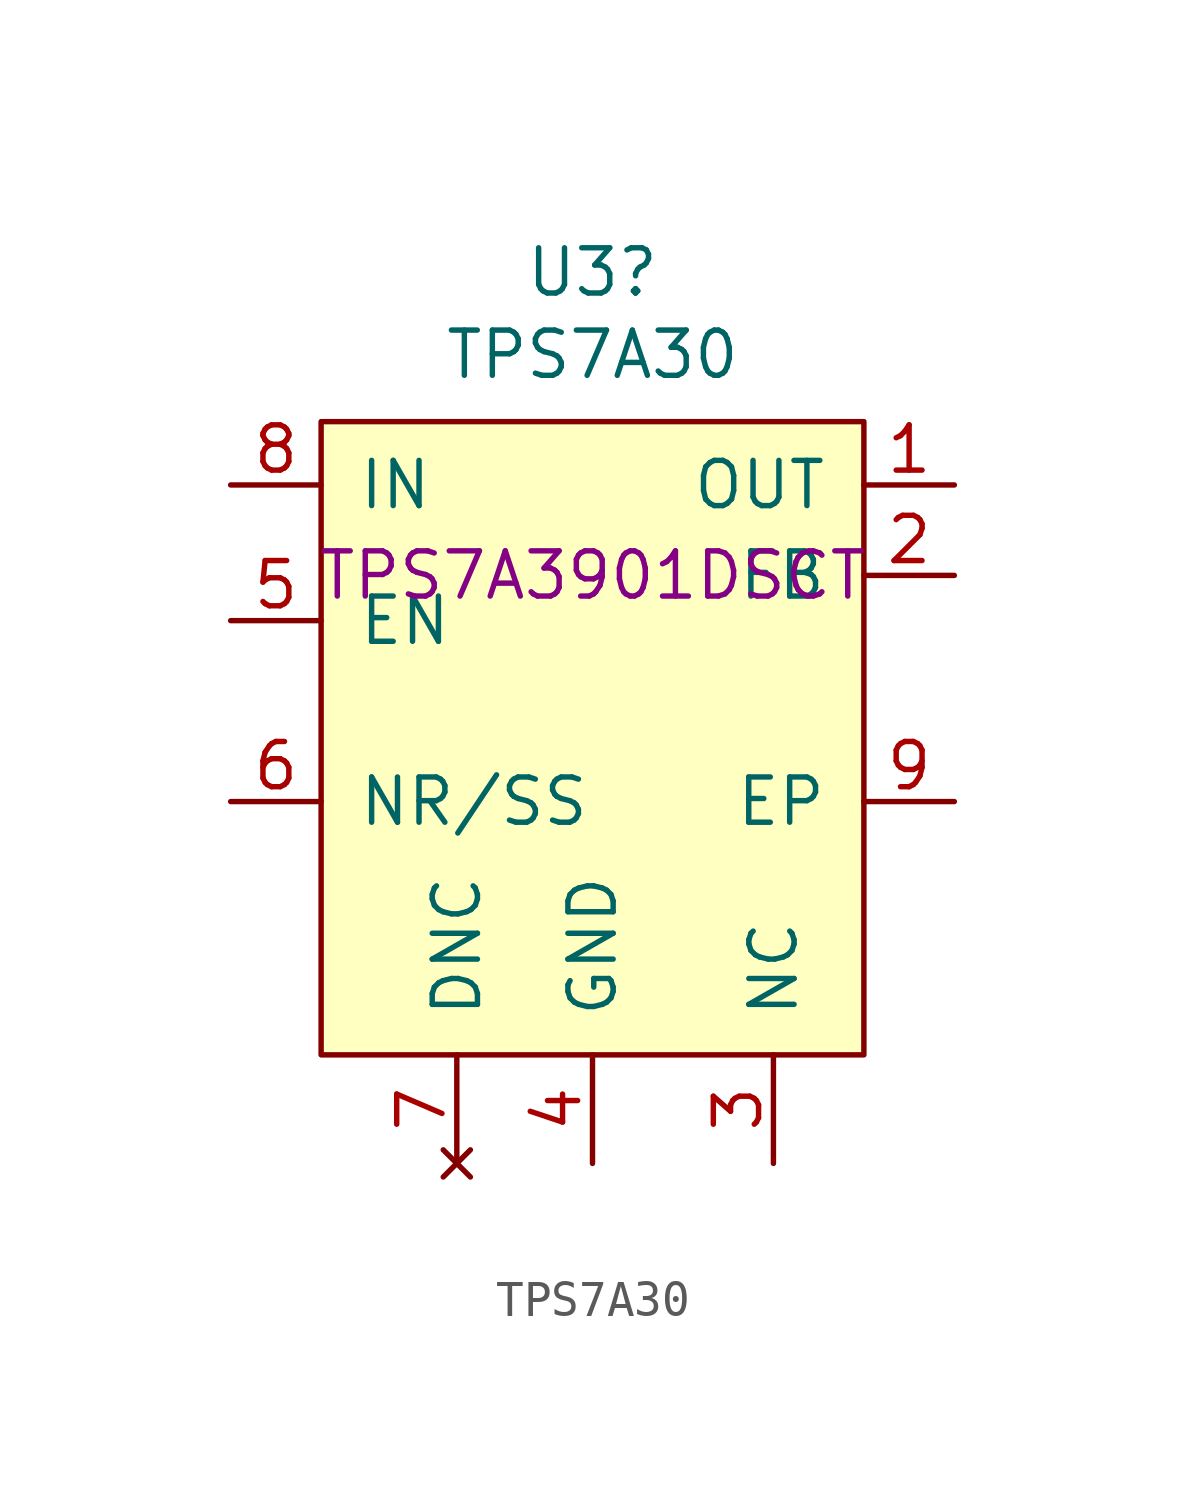
<source format=kicad_sym>
(kicad_symbol_lib
  (version 20211014)
  (generator kicad_symbol_editor)
  (symbol "TPS7A30"
    (pin_names
      (offset 1.016))
    (property "Reference" "U3"
      (at 0 8.509 0)
      (effects (font (size 1.27 1.27))))
    (property "Value" "TPS7A30"
      (at 0 6.198 0)
      (effects (font (size 1.27 1.27))))
    (property "MPN" "TPS7A3901DSCT"
      (at 0 0 0)
      (effects (font (size 1.27 1.27))))
    (symbol "TPS7A30_0_1"
      (rectangle (start -7.62 4.318) (end 7.62 -13.462) (stroke (width 0) (type default) (color 0 0 0 0)) (fill (type background))))
    (symbol "TPS7A30_1_1"
      (pin power_out line (at 10.16 2.54 180) (length 2.54) (name "OUT" (effects (font (size 1.27 1.27)))) (number "1" (effects (font (size 1.27 1.27)))))
      (pin input line (at 10.16 0 180) (length 2.54) (name "FB" (effects (font (size 1.27 1.27)))) (number "2" (effects (font (size 1.27 1.27)))))
      (pin passive line (at 5.08 -16.51 90) (length 3.048) (name "NC" (effects (font (size 1.27 1.27)))) (number "3" (effects (font (size 1.27 1.27)))))
      (pin power_in line (at 0 -16.51 90) (length 3.048) (name "GND" (effects (font (size 1.27 1.27)))) (number "4" (effects (font (size 1.27 1.27)))))
      (pin input line (at -10.16 -1.27 0) (length 2.54) (name "EN" (effects (font (size 1.27 1.27)))) (number "5" (effects (font (size 1.27 1.27)))))
      (pin passive line (at -10.16 -6.35 0) (length 2.54) (name "NR/SS" (effects (font (size 1.27 1.27)))) (number "6" (effects (font (size 1.27 1.27)))))
      (pin no_connect line (at -3.81 -16.51 90) (length 3.048) (name "DNC" (effects (font (size 1.27 1.27)))) (number "7" (effects (font (size 1.27 1.27)))))
      (pin power_in line (at -10.16 2.54 0) (length 2.54) (name "IN" (effects (font (size 1.27 1.27)))) (number "8" (effects (font (size 1.27 1.27)))))
      (pin passive line (at 10.16 -6.35 180) (length 2.54) (name "EP" (effects (font (size 1.27 1.27)))) (number "9" (effects (font (size 1.27 1.27))))))))
</source>
